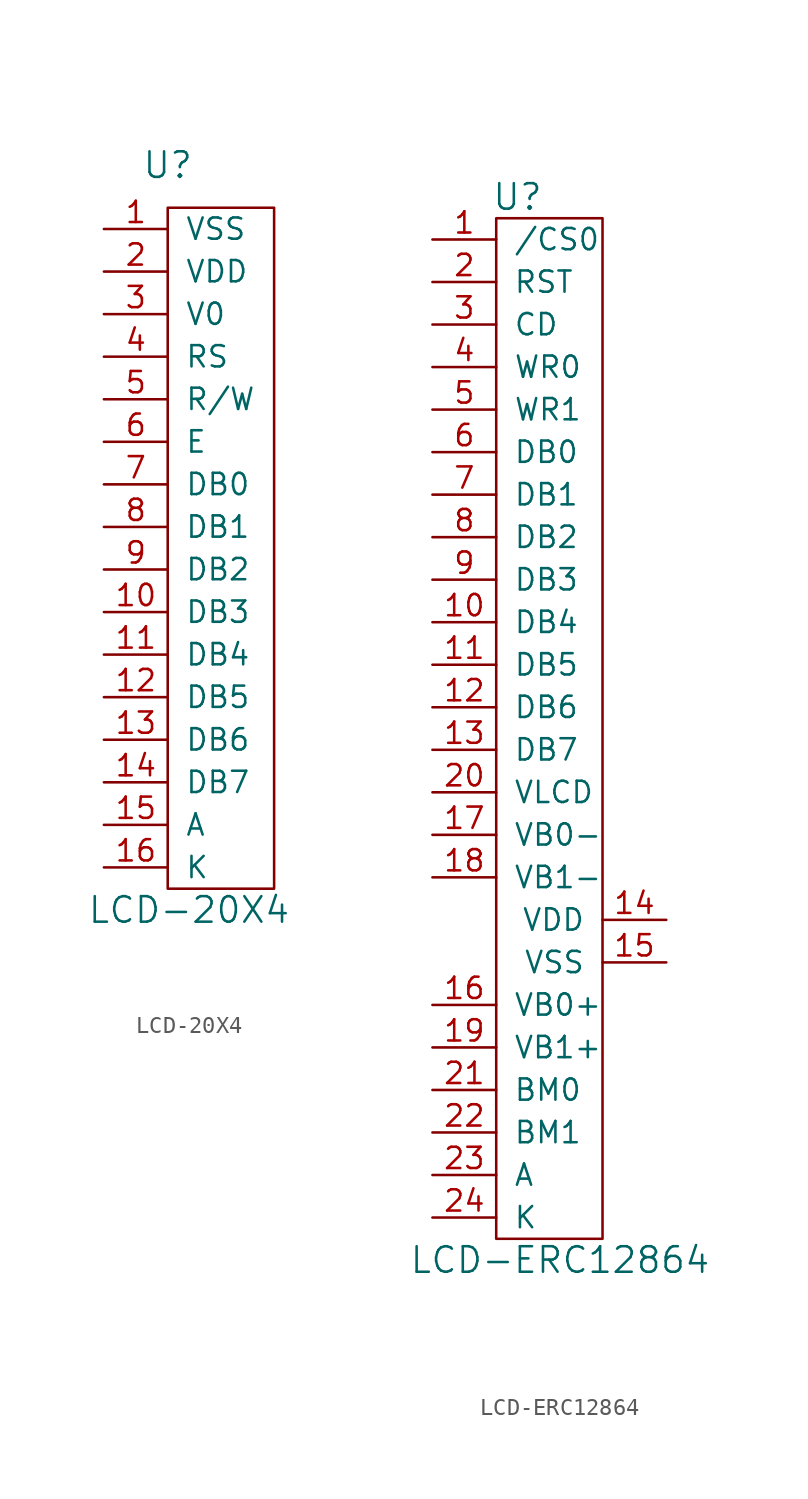
<source format=kicad_sym>
(kicad_symbol_lib
  (version 20210619)
  (generator kicad_symbol_editor)
  (symbol "tinkerforge:LCD-20X4"
    (pin_names
      (offset 1.016))
    (property "Reference" "U"
      (at 0 22.86 0)
      (effects (font (size 1.524 1.524))))
    (property "Value" "LCD-20X4"
      (at 1.27 -21.59 0)
      (effects (font (size 1.524 1.524))))
    (property "Footprint" ""
      (at 0 0 0)
      (effects (font (size 1.524 1.524))))
    (property "Datasheet" ""
      (at 0 0 0)
      (effects (font (size 1.524 1.524))))
    (symbol "LCD-20X4_0_1"
      (rectangle (start 0 20.32) (end 6.35 -20.32) (stroke (width 0)) (fill (type none))))
    (symbol "LCD-20X4_1_1"
      (pin passive line (at -3.81 19.05 0) (length 3.81) (name "VSS" (effects (font (size 1.27 1.27)))) (number "1" (effects (font (size 1.27 1.27)))))
      (pin passive line (at -3.81 -3.81 0) (length 3.81) (name "DB3" (effects (font (size 1.27 1.27)))) (number "10" (effects (font (size 1.27 1.27)))))
      (pin passive line (at -3.81 -6.35 0) (length 3.81) (name "DB4" (effects (font (size 1.27 1.27)))) (number "11" (effects (font (size 1.27 1.27)))))
      (pin passive line (at -3.81 -8.89 0) (length 3.81) (name "DB5" (effects (font (size 1.27 1.27)))) (number "12" (effects (font (size 1.27 1.27)))))
      (pin passive line (at -3.81 -11.43 0) (length 3.81) (name "DB6" (effects (font (size 1.27 1.27)))) (number "13" (effects (font (size 1.27 1.27)))))
      (pin passive line (at -3.81 -13.97 0) (length 3.81) (name "DB7" (effects (font (size 1.27 1.27)))) (number "14" (effects (font (size 1.27 1.27)))))
      (pin passive line (at -3.81 -16.51 0) (length 3.81) (name "A" (effects (font (size 1.27 1.27)))) (number "15" (effects (font (size 1.27 1.27)))))
      (pin passive line (at -3.81 -19.05 0) (length 3.81) (name "K" (effects (font (size 1.27 1.27)))) (number "16" (effects (font (size 1.27 1.27)))))
      (pin passive line (at -3.81 16.51 0) (length 3.81) (name "VDD" (effects (font (size 1.27 1.27)))) (number "2" (effects (font (size 1.27 1.27)))))
      (pin passive line (at -3.81 13.97 0) (length 3.81) (name "V0" (effects (font (size 1.27 1.27)))) (number "3" (effects (font (size 1.27 1.27)))))
      (pin passive line (at -3.81 11.43 0) (length 3.81) (name "RS" (effects (font (size 1.27 1.27)))) (number "4" (effects (font (size 1.27 1.27)))))
      (pin passive line (at -3.81 8.89 0) (length 3.81) (name "R/W" (effects (font (size 1.27 1.27)))) (number "5" (effects (font (size 1.27 1.27)))))
      (pin passive line (at -3.81 6.35 0) (length 3.81) (name "E" (effects (font (size 1.27 1.27)))) (number "6" (effects (font (size 1.27 1.27)))))
      (pin passive line (at -3.81 3.81 0) (length 3.81) (name "DB0" (effects (font (size 1.27 1.27)))) (number "7" (effects (font (size 1.27 1.27)))))
      (pin passive line (at -3.81 1.27 0) (length 3.81) (name "DB1" (effects (font (size 1.27 1.27)))) (number "8" (effects (font (size 1.27 1.27)))))
      (pin passive line (at -3.81 -1.27 0) (length 3.81) (name "DB2" (effects (font (size 1.27 1.27)))) (number "9" (effects (font (size 1.27 1.27)))))))
  (symbol "tinkerforge:LCD-ERC12864"
    (pin_names
      (offset 1.016))
    (property "Reference" "U"
      (at 1.27 31.75 0)
      (effects (font (size 1.524 1.524))))
    (property "Value" "LCD-ERC12864"
      (at 3.81 -31.75 0)
      (effects (font (size 1.524 1.524))))
    (property "Footprint" ""
      (at 0 10.16 0)
      (effects (font (size 1.524 1.524))))
    (property "Datasheet" ""
      (at 0 10.16 0)
      (effects (font (size 1.524 1.524))))
    (symbol "LCD-ERC12864_0_1"
      (rectangle (start 0 -30.48) (end 6.35 30.48) (stroke (width 0)) (fill (type none))))
    (symbol "LCD-ERC12864_1_1"
      (pin passive line (at -3.81 29.21 0) (length 3.81) (name "/CS0" (effects (font (size 1.27 1.27)))) (number "1" (effects (font (size 1.27 1.27)))))
      (pin passive line (at -3.81 6.35 0) (length 3.81) (name "DB4" (effects (font (size 1.27 1.27)))) (number "10" (effects (font (size 1.27 1.27)))))
      (pin passive line (at -3.81 3.81 0) (length 3.81) (name "DB5" (effects (font (size 1.27 1.27)))) (number "11" (effects (font (size 1.27 1.27)))))
      (pin passive line (at -3.81 1.27 0) (length 3.81) (name "DB6" (effects (font (size 1.27 1.27)))) (number "12" (effects (font (size 1.27 1.27)))))
      (pin passive line (at -3.81 -1.27 0) (length 3.81) (name "DB7" (effects (font (size 1.27 1.27)))) (number "13" (effects (font (size 1.27 1.27)))))
      (pin passive line (at 10.16 -11.43 180) (length 3.81) (name "VDD" (effects (font (size 1.27 1.27)))) (number "14" (effects (font (size 1.27 1.27)))))
      (pin passive line (at 10.16 -13.97 180) (length 3.81) (name "VSS" (effects (font (size 1.27 1.27)))) (number "15" (effects (font (size 1.27 1.27)))))
      (pin passive line (at -3.81 -16.51 0) (length 3.81) (name "VB0+" (effects (font (size 1.27 1.27)))) (number "16" (effects (font (size 1.27 1.27)))))
      (pin passive line (at -3.81 -6.35 0) (length 3.81) (name "VB0-" (effects (font (size 1.27 1.27)))) (number "17" (effects (font (size 1.27 1.27)))))
      (pin passive line (at -3.81 -8.89 0) (length 3.81) (name "VB1-" (effects (font (size 1.27 1.27)))) (number "18" (effects (font (size 1.27 1.27)))))
      (pin passive line (at -3.81 -19.05 0) (length 3.81) (name "VB1+" (effects (font (size 1.27 1.27)))) (number "19" (effects (font (size 1.27 1.27)))))
      (pin passive line (at -3.81 26.67 0) (length 3.81) (name "RST" (effects (font (size 1.27 1.27)))) (number "2" (effects (font (size 1.27 1.27)))))
      (pin passive line (at -3.81 -3.81 0) (length 3.81) (name "VLCD" (effects (font (size 1.27 1.27)))) (number "20" (effects (font (size 1.27 1.27)))))
      (pin passive line (at -3.81 -21.59 0) (length 3.81) (name "BM0" (effects (font (size 1.27 1.27)))) (number "21" (effects (font (size 1.27 1.27)))))
      (pin passive line (at -3.81 -24.13 0) (length 3.81) (name "BM1" (effects (font (size 1.27 1.27)))) (number "22" (effects (font (size 1.27 1.27)))))
      (pin input line (at -3.81 -26.67 0) (length 3.81) (name "A" (effects (font (size 1.27 1.27)))) (number "23" (effects (font (size 1.27 1.27)))))
      (pin input line (at -3.81 -29.21 0) (length 3.81) (name "K" (effects (font (size 1.27 1.27)))) (number "24" (effects (font (size 1.27 1.27)))))
      (pin passive line (at -3.81 24.13 0) (length 3.81) (name "CD" (effects (font (size 1.27 1.27)))) (number "3" (effects (font (size 1.27 1.27)))))
      (pin passive line (at -3.81 21.59 0) (length 3.81) (name "WR0" (effects (font (size 1.27 1.27)))) (number "4" (effects (font (size 1.27 1.27)))))
      (pin passive line (at -3.81 19.05 0) (length 3.81) (name "WR1" (effects (font (size 1.27 1.27)))) (number "5" (effects (font (size 1.27 1.27)))))
      (pin passive line (at -3.81 16.51 0) (length 3.81) (name "DB0" (effects (font (size 1.27 1.27)))) (number "6" (effects (font (size 1.27 1.27)))))
      (pin passive line (at -3.81 13.97 0) (length 3.81) (name "DB1" (effects (font (size 1.27 1.27)))) (number "7" (effects (font (size 1.27 1.27)))))
      (pin passive line (at -3.81 11.43 0) (length 3.81) (name "DB2" (effects (font (size 1.27 1.27)))) (number "8" (effects (font (size 1.27 1.27)))))
      (pin passive line (at -3.81 8.89 0) (length 3.81) (name "DB3" (effects (font (size 1.27 1.27)))) (number "9" (effects (font (size 1.27 1.27))))))))
</source>
